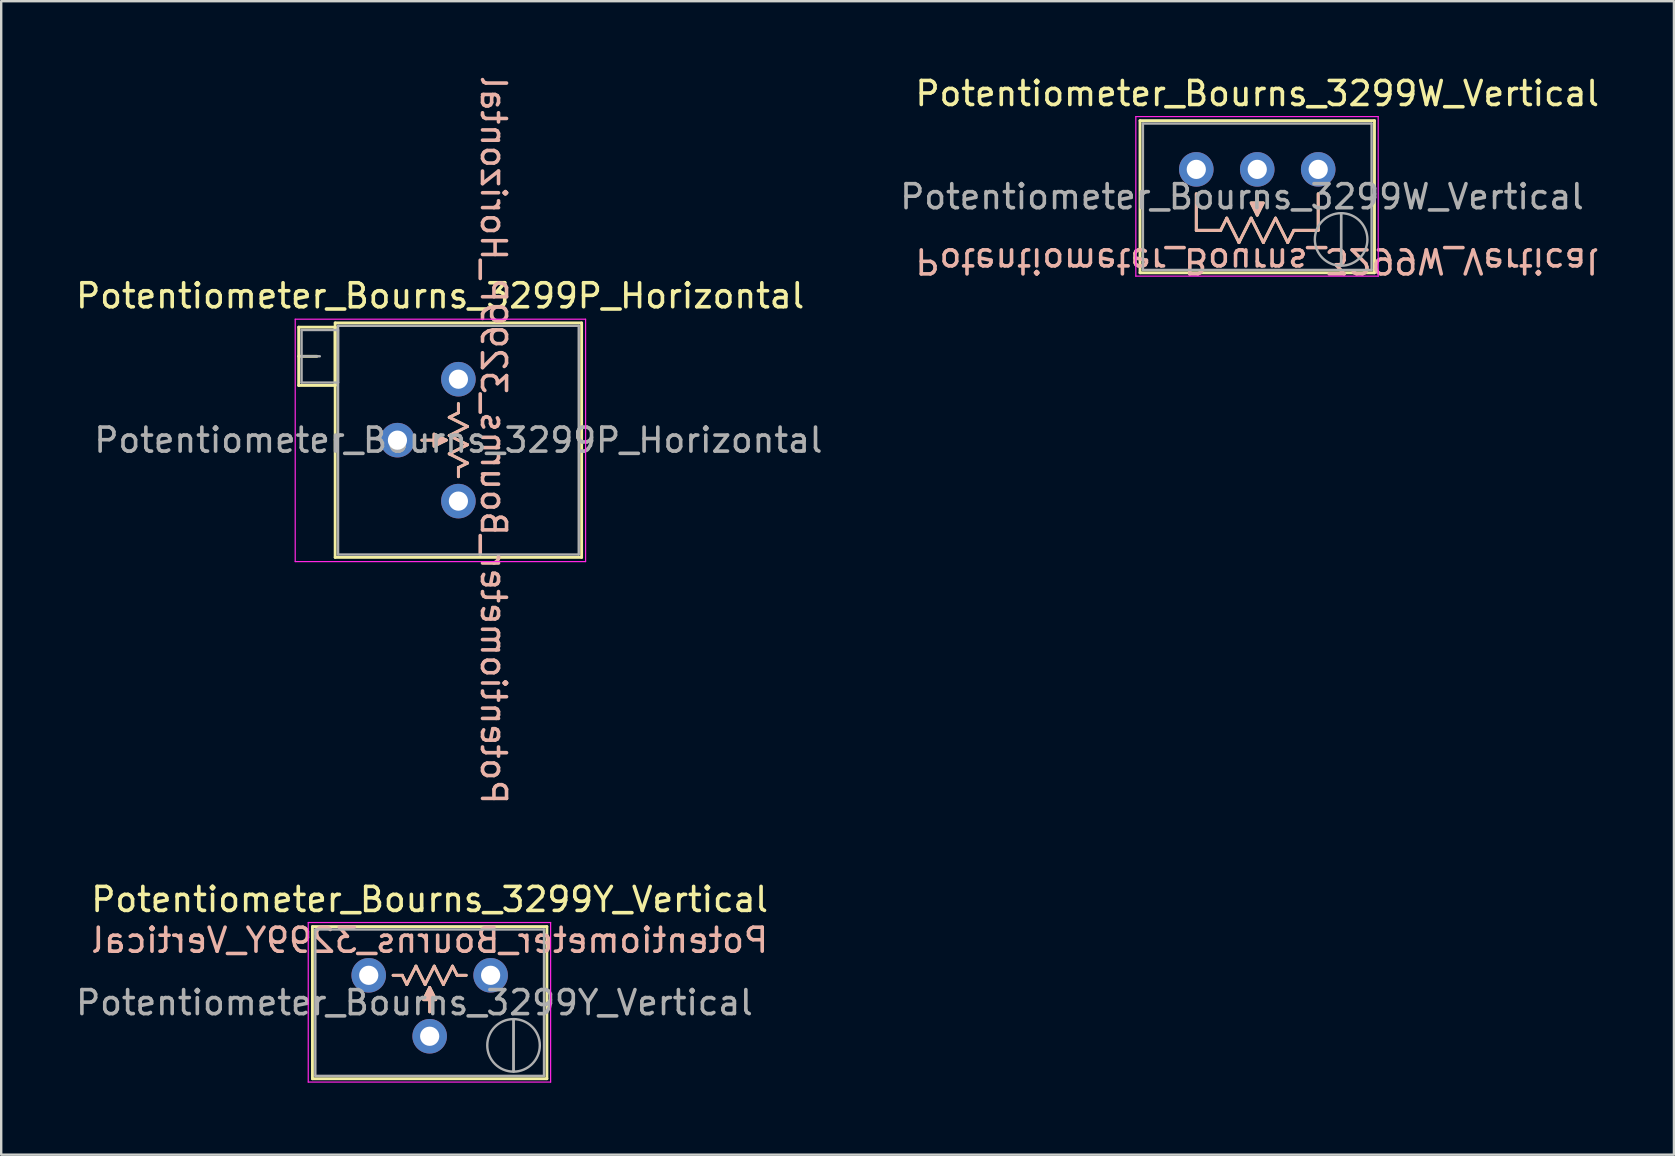
<source format=kicad_pcb>
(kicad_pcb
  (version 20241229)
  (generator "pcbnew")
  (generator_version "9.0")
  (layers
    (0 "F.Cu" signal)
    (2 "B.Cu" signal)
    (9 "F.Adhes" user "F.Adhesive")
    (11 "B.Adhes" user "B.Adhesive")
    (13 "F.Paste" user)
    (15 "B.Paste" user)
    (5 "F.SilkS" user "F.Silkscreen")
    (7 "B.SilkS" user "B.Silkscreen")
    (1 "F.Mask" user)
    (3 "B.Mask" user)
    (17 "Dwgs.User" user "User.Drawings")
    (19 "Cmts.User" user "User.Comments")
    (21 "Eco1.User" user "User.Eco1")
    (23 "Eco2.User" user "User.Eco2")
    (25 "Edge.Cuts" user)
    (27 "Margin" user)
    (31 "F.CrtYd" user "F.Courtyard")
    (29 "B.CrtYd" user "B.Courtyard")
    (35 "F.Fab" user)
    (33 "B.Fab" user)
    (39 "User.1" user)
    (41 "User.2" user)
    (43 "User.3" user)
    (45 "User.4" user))
  (footprint "Potentiometer_Bourns_3299W_Vertical"
    (layer "F.Cu")
    (at 51.881 4.008)
    (property "Reference" "Potentiometer_Bourns_3299W_Vertical" (at -2.54 -3.16 0) (layer "F.SilkS") (effects (font (size 1 1) (thickness 0.15))))
    (attr through_hole)
    (fp_line (start -7.425 -2.03) (end -7.425 4.31) (stroke (width 0.12) (type solid)) (layer "F.SilkS"))
    (fp_line (start -7.425 -2.03) (end 2.345 -2.03) (stroke (width 0.12) (type solid)) (layer "F.SilkS"))
    (fp_line (start -7.425 4.31) (end 2.345 4.31) (stroke (width 0.12) (type solid)) (layer "F.SilkS"))
    (fp_line (start -5.08 2.54) (end -5.08 1.016) (stroke (width 0.12) (type solid)) (layer "F.SilkS"))
    (fp_line (start -4.064 2.54) (end -5.08 2.54) (stroke (width 0.12) (type solid)) (layer "F.SilkS"))
    (fp_line (start -4.064 2.54) (end -3.81 2.032) (stroke (width 0.12) (type solid)) (layer "F.SilkS"))
    (fp_line (start -3.81 2.032) (end -3.302 3.048) (stroke (width 0.12) (type solid)) (layer "F.SilkS"))
    (fp_line (start -3.302 3.048) (end -2.794 2.032) (stroke (width 0.12) (type solid)) (layer "F.SilkS"))
    (fp_line (start -2.794 2.032) (end -2.286 3.048) (stroke (width 0.12) (type solid)) (layer "F.SilkS"))
    (fp_line (start -2.54 1.905) (end -2.54 1.016) (stroke (width 0.12) (type solid)) (layer "F.SilkS"))
    (fp_line (start -2.286 3.048) (end -1.778 2.032) (stroke (width 0.12) (type solid)) (layer "F.SilkS"))
    (fp_line (start -1.778 2.032) (end -1.27 3.048) (stroke (width 0.12) (type solid)) (layer "F.SilkS"))
    (fp_line (start -1.27 3.048) (end -1.016 2.54) (stroke (width 0.12) (type solid)) (layer "F.SilkS"))
    (fp_line (start -1.016 2.54) (end 0 2.54) (stroke (width 0.12) (type solid)) (layer "F.SilkS"))
    (fp_line (start 0 2.54) (end 0 1.016) (stroke (width 0.12) (type solid)) (layer "F.SilkS"))
    (fp_line (start 2.345 -2.03) (end 2.345 4.31) (stroke (width 0.12) (type solid)) (layer "F.SilkS"))
    (fp_poly (pts (xy -2.54 1.905) (xy -2.794 1.397) (xy -2.286 1.397)) (stroke (width 0.12) (type solid)) (fill yes) (layer "F.SilkS"))
    (fp_line (start -5.08 2.54) (end -5.08 1.016) (stroke (width 0.12) (type solid)) (layer "B.SilkS"))
    (fp_line (start -4.064 2.54) (end -5.08 2.54) (stroke (width 0.12) (type solid)) (layer "B.SilkS"))
    (fp_line (start -3.81 2.032) (end -4.064 2.54) (stroke (width 0.12) (type solid)) (layer "B.SilkS"))
    (fp_line (start -3.302 3.048) (end -3.81 2.032) (stroke (width 0.12) (type solid)) (layer "B.SilkS"))
    (fp_line (start -2.794 2.032) (end -3.302 3.048) (stroke (width 0.12) (type solid)) (layer "B.SilkS"))
    (fp_line (start -2.54 1.016) (end -2.54 1.905) (stroke (width 0.12) (type solid)) (layer "B.SilkS"))
    (fp_line (start -2.286 3.048) (end -2.794 2.032) (stroke (width 0.12) (type solid)) (layer "B.SilkS"))
    (fp_line (start -1.778 2.032) (end -2.286 3.048) (stroke (width 0.12) (type solid)) (layer "B.SilkS"))
    (fp_line (start -1.27 3.048) (end -1.778 2.032) (stroke (width 0.12) (type solid)) (layer "B.SilkS"))
    (fp_line (start -1.016 2.54) (end -1.27 3.048) (stroke (width 0.12) (type solid)) (layer "B.SilkS"))
    (fp_line (start 0 1.016) (end 0 2.54) (stroke (width 0.12) (type solid)) (layer "B.SilkS"))
    (fp_line (start 0 2.54) (end -1.016 2.54) (stroke (width 0.12) (type solid)) (layer "B.SilkS"))
    (fp_poly (pts (xy -2.54 1.905) (xy -2.794 1.397) (xy -2.286 1.397)) (stroke (width 0.12) (type solid)) (fill yes) (layer "B.SilkS"))
    (fp_line (start -7.6 -2.2) (end -7.6 4.45) (stroke (width 0.05) (type solid)) (layer "F.CrtYd"))
    (fp_line (start -7.6 4.45) (end 2.5 4.45) (stroke (width 0.05) (type solid)) (layer "F.CrtYd"))
    (fp_line (start 2.5 -2.2) (end -7.6 -2.2) (stroke (width 0.05) (type solid)) (layer "F.CrtYd"))
    (fp_line (start 2.5 4.45) (end 2.5 -2.2) (stroke (width 0.05) (type solid)) (layer "F.CrtYd"))
    (fp_line (start -7.305 -1.91) (end -7.305 4.19) (stroke (width 0.1) (type solid)) (layer "F.Fab"))
    (fp_line (start -7.305 4.19) (end 2.225 4.19) (stroke (width 0.1) (type solid)) (layer "F.Fab"))
    (fp_line (start 0.955 4.005) (end 0.956 1.836) (stroke (width 0.1) (type solid)) (layer "F.Fab"))
    (fp_line (start 0.955 4.005) (end 0.956 1.836) (stroke (width 0.1) (type solid)) (layer "F.Fab"))
    (fp_line (start 2.225 -1.91) (end -7.305 -1.91) (stroke (width 0.1) (type solid)) (layer "F.Fab"))
    (fp_line (start 2.225 4.19) (end 2.225 -1.91) (stroke (width 0.1) (type solid)) (layer "F.Fab"))
    (fp_circle (center 0.955 2.92) (end 2.05 2.92) (stroke (width 0.1) (type solid)) (fill no) (layer "F.Fab"))
    (fp_text user "${REFERENCE}" (at -2.54 3.81 180) (unlocked yes) (layer "B.SilkS") (effects (font (size 1 1) (thickness 0.15)) (justify mirror)))
    (fp_text user "${REFERENCE}" (at -3.175 1.14 0) (layer "F.Fab") (effects (font (size 1 1) (thickness 0.15))))
    (pad "1" thru_hole circle (at 0 0) (size 1.44 1.44) (drill 0.8) (layers "*.Cu" "*.Mask"))
    (pad "2" thru_hole circle (at -2.54 0) (size 1.44 1.44) (drill 0.8) (layers "*.Cu" "*.Mask"))
    (pad "3" thru_hole circle (at -5.08 0) (size 1.44 1.44) (drill 0.8) (layers "*.Cu" "*.Mask")))
  (footprint "Potentiometer_Bourns_3299P_Horizontal"
    (layer "F.Cu")
    (at 16.052 12.752)
    (property "Reference" "Potentiometer_Bourns_3299P_Horizontal" (at -0.76 -3.475 0) (layer "F.SilkS") (effects (font (size 1 1) (thickness 0.15))))
    (attr through_hole)
    (fp_line (start -6.655 -2.169) (end -6.655 0.26) (stroke (width 0.12) (type solid)) (layer "F.SilkS"))
    (fp_line (start -6.655 -2.169) (end -5.136 -2.169) (stroke (width 0.12) (type solid)) (layer "F.SilkS"))
    (fp_line (start -6.655 -0.955) (end -5.896 -0.955) (stroke (width 0.12) (type solid)) (layer "F.SilkS"))
    (fp_line (start -6.655 0.26) (end -5.136 0.26) (stroke (width 0.12) (type solid)) (layer "F.SilkS"))
    (fp_line (start -5.136 -2.169) (end -5.136 0.26) (stroke (width 0.12) (type solid)) (layer "F.SilkS"))
    (fp_line (start -5.135 -2.345) (end -5.135 7.425) (stroke (width 0.12) (type solid)) (layer "F.SilkS"))
    (fp_line (start -5.135 -2.345) (end 5.135 -2.345) (stroke (width 0.12) (type solid)) (layer "F.SilkS"))
    (fp_line (start -5.135 7.425) (end 5.135 7.425) (stroke (width 0.12) (type solid)) (layer "F.SilkS"))
    (fp_line (start -1.524 2.54) (end -0.508 2.54) (stroke (width 0.12) (type solid)) (layer "F.SilkS"))
    (fp_line (start -0.381 1.587) (end 0.381 1.968) (stroke (width 0.12) (type solid)) (layer "F.SilkS"))
    (fp_line (start -0.381 2.349) (end 0.381 2.731) (stroke (width 0.12) (type solid)) (layer "F.SilkS"))
    (fp_line (start -0.381 3.111) (end 0.381 3.493) (stroke (width 0.12) (type solid)) (layer "F.SilkS"))
    (fp_line (start 0 1.397) (end -0.381 1.587) (stroke (width 0.12) (type solid)) (layer "F.SilkS"))
    (fp_line (start 0 1.397) (end 0 1.016) (stroke (width 0.12) (type solid)) (layer "F.SilkS"))
    (fp_line (start 0 3.683) (end 0 4.064) (stroke (width 0.12) (type solid)) (layer "F.SilkS"))
    (fp_line (start 0.381 1.968) (end -0.381 2.349) (stroke (width 0.12) (type solid)) (layer "F.SilkS"))
    (fp_line (start 0.381 2.731) (end -0.381 3.111) (stroke (width 0.12) (type solid)) (layer "F.SilkS"))
    (fp_line (start 0.381 3.493) (end 0 3.683) (stroke (width 0.12) (type solid)) (layer "F.SilkS"))
    (fp_line (start 5.135 -2.345) (end 5.135 7.425) (stroke (width 0.12) (type solid)) (layer "F.SilkS"))
    (fp_poly (pts (xy -0.508 2.54) (xy -1.016 2.794) (xy -1.016 2.286)) (stroke (width 0.12) (type solid)) (fill yes) (layer "F.SilkS"))
    (fp_line (start -1.524 2.54) (end -0.508 2.54) (stroke (width 0.12) (type solid)) (layer "B.SilkS"))
    (fp_line (start -0.381 1.587) (end 0.381 1.968) (stroke (width 0.12) (type solid)) (layer "B.SilkS"))
    (fp_line (start -0.381 2.349) (end 0.381 2.731) (stroke (width 0.12) (type solid)) (layer "B.SilkS"))
    (fp_line (start -0.381 3.111) (end 0.381 3.493) (stroke (width 0.12) (type solid)) (layer "B.SilkS"))
    (fp_line (start 0 1.016) (end 0 1.397) (stroke (width 0.12) (type solid)) (layer "B.SilkS"))
    (fp_line (start 0 1.397) (end -0.381 1.587) (stroke (width 0.12) (type solid)) (layer "B.SilkS"))
    (fp_line (start 0 3.683) (end 0 4.064) (stroke (width 0.12) (type solid)) (layer "B.SilkS"))
    (fp_line (start 0.381 1.968) (end -0.381 2.349) (stroke (width 0.12) (type solid)) (layer "B.SilkS"))
    (fp_line (start 0.381 2.731) (end -0.381 3.111) (stroke (width 0.12) (type solid)) (layer "B.SilkS"))
    (fp_line (start 0.381 3.493) (end 0 3.683) (stroke (width 0.12) (type solid)) (layer "B.SilkS"))
    (fp_poly (pts (xy -0.508 2.54) (xy -1.016 2.794) (xy -1.016 2.286)) (stroke (width 0.12) (type solid)) (fill yes) (layer "B.SilkS"))
    (fp_line (start -6.8 -2.5) (end -6.8 7.6) (stroke (width 0.05) (type solid)) (layer "F.CrtYd"))
    (fp_line (start -6.8 7.6) (end 5.3 7.6) (stroke (width 0.05) (type solid)) (layer "F.CrtYd"))
    (fp_line (start 5.3 -2.5) (end -6.8 -2.5) (stroke (width 0.05) (type solid)) (layer "F.CrtYd"))
    (fp_line (start 5.3 7.6) (end 5.3 -2.5) (stroke (width 0.05) (type solid)) (layer "F.CrtYd"))
    (fp_line (start -6.535 -2.05) (end -6.535 0.14) (stroke (width 0.1) (type solid)) (layer "F.Fab"))
    (fp_line (start -6.535 -0.955) (end -5.775 -0.955) (stroke (width 0.1) (type solid)) (layer "F.Fab"))
    (fp_line (start -6.535 0.14) (end -5.015 0.14) (stroke (width 0.1) (type solid)) (layer "F.Fab"))
    (fp_line (start -5.015 -2.225) (end -5.015 7.305) (stroke (width 0.1) (type solid)) (layer "F.Fab"))
    (fp_line (start -5.015 -2.05) (end -6.535 -2.05) (stroke (width 0.1) (type solid)) (layer "F.Fab"))
    (fp_line (start -5.015 0.14) (end -5.015 -2.05) (stroke (width 0.1) (type solid)) (layer "F.Fab"))
    (fp_line (start -5.015 7.305) (end 5.015 7.305) (stroke (width 0.1) (type solid)) (layer "F.Fab"))
    (fp_line (start 5.015 -2.225) (end -5.015 -2.225) (stroke (width 0.1) (type solid)) (layer "F.Fab"))
    (fp_line (start 5.015 7.305) (end 5.015 -2.225) (stroke (width 0.1) (type solid)) (layer "F.Fab"))
    (fp_text user "${REFERENCE}" (at 1.46 2.54 270) (unlocked yes) (layer "B.SilkS") (effects (font (size 1 1) (thickness 0.15)) (justify mirror)))
    (fp_text user "${REFERENCE}" (at 0 2.54 0) (layer "F.Fab") (effects (font (size 1 1) (thickness 0.15))))
    (pad "1" thru_hole circle (at 0 0) (size 1.44 1.44) (drill 0.8) (layers "*.Cu" "*.Mask"))
    (pad "2" thru_hole circle (at -2.54 2.54) (size 1.44 1.44) (drill 0.8) (layers "*.Cu" "*.Mask"))
    (pad "3" thru_hole circle (at 0 5.08) (size 1.44 1.44) (drill 0.8) (layers "*.Cu" "*.Mask")))
  (footprint "Potentiometer_Bourns_3299Y_Vertical"
    (layer "F.Cu")
    (at 17.395 37.592)
    (property "Reference" "Potentiometer_Bourns_3299Y_Vertical" (at -2.54 -3.16 0) (layer "F.SilkS") (effects (font (size 1 1) (thickness 0.15))))
    (attr through_hole)
    (fp_line (start -7.425 -2.03) (end -7.425 4.31) (stroke (width 0.12) (type solid)) (layer "F.SilkS"))
    (fp_line (start -7.425 -2.03) (end 2.345 -2.03) (stroke (width 0.12) (type solid)) (layer "F.SilkS"))
    (fp_line (start -7.425 4.31) (end 2.345 4.31) (stroke (width 0.12) (type solid)) (layer "F.SilkS"))
    (fp_line (start -3.683 0) (end -4.064 0) (stroke (width 0.12) (type solid)) (layer "F.SilkS"))
    (fp_line (start -3.683 0) (end -3.493 0.381) (stroke (width 0.12) (type solid)) (layer "F.SilkS"))
    (fp_line (start -3.493 0.381) (end -3.111 -0.381) (stroke (width 0.12) (type solid)) (layer "F.SilkS"))
    (fp_line (start -3.111 -0.381) (end -2.731 0.381) (stroke (width 0.12) (type solid)) (layer "F.SilkS"))
    (fp_line (start -2.731 0.381) (end -2.349 -0.381) (stroke (width 0.12) (type solid)) (layer "F.SilkS"))
    (fp_line (start -2.54 1.524) (end -2.54 0.508) (stroke (width 0.12) (type solid)) (layer "F.SilkS"))
    (fp_line (start -2.349 -0.381) (end -1.968 0.381) (stroke (width 0.12) (type solid)) (layer "F.SilkS"))
    (fp_line (start -1.968 0.381) (end -1.587 -0.381) (stroke (width 0.12) (type solid)) (layer "F.SilkS"))
    (fp_line (start -1.587 -0.381) (end -1.397 0) (stroke (width 0.12) (type solid)) (layer "F.SilkS"))
    (fp_line (start -1.397 0) (end -1.016 0) (stroke (width 0.12) (type solid)) (layer "F.SilkS"))
    (fp_line (start 2.345 -2.03) (end 2.345 4.31) (stroke (width 0.12) (type solid)) (layer "F.SilkS"))
    (fp_poly (pts (xy -2.54 0.508) (xy -2.286 1.016) (xy -2.794 1.016)) (stroke (width 0.12) (type solid)) (fill yes) (layer "F.SilkS"))
    (fp_line (start -4.064 0) (end -3.683 0) (stroke (width 0.12) (type solid)) (layer "B.SilkS"))
    (fp_line (start -3.683 0) (end -3.493 0.381) (stroke (width 0.12) (type solid)) (layer "B.SilkS"))
    (fp_line (start -3.493 0.381) (end -3.111 -0.381) (stroke (width 0.12) (type solid)) (layer "B.SilkS"))
    (fp_line (start -3.111 -0.381) (end -2.731 0.381) (stroke (width 0.12) (type solid)) (layer "B.SilkS"))
    (fp_line (start -2.731 0.381) (end -2.349 -0.381) (stroke (width 0.12) (type solid)) (layer "B.SilkS"))
    (fp_line (start -2.54 1.524) (end -2.54 0.508) (stroke (width 0.12) (type solid)) (layer "B.SilkS"))
    (fp_line (start -2.349 -0.381) (end -1.968 0.381) (stroke (width 0.12) (type solid)) (layer "B.SilkS"))
    (fp_line (start -1.968 0.381) (end -1.587 -0.381) (stroke (width 0.12) (type solid)) (layer "B.SilkS"))
    (fp_line (start -1.587 -0.381) (end -1.397 0) (stroke (width 0.12) (type solid)) (layer "B.SilkS"))
    (fp_line (start -1.397 0) (end -1.016 0) (stroke (width 0.12) (type solid)) (layer "B.SilkS"))
    (fp_poly (pts (xy -2.54 0.508) (xy -2.286 1.016) (xy -2.794 1.016)) (stroke (width 0.12) (type solid)) (fill yes) (layer "B.SilkS"))
    (fp_line (start -7.6 -2.2) (end -7.6 4.45) (stroke (width 0.05) (type solid)) (layer "F.CrtYd"))
    (fp_line (start -7.6 4.45) (end 2.5 4.45) (stroke (width 0.05) (type solid)) (layer "F.CrtYd"))
    (fp_line (start 2.5 -2.2) (end -7.6 -2.2) (stroke (width 0.05) (type solid)) (layer "F.CrtYd"))
    (fp_line (start 2.5 4.45) (end 2.5 -2.2) (stroke (width 0.05) (type solid)) (layer "F.CrtYd"))
    (fp_line (start -7.305 -1.91) (end -7.305 4.19) (stroke (width 0.1) (type solid)) (layer "F.Fab"))
    (fp_line (start -7.305 4.19) (end 2.225 4.19) (stroke (width 0.1) (type solid)) (layer "F.Fab"))
    (fp_line (start 0.955 4.005) (end 0.956 1.836) (stroke (width 0.1) (type solid)) (layer "F.Fab"))
    (fp_line (start 0.955 4.005) (end 0.956 1.836) (stroke (width 0.1) (type solid)) (layer "F.Fab"))
    (fp_line (start 2.225 -1.91) (end -7.305 -1.91) (stroke (width 0.1) (type solid)) (layer "F.Fab"))
    (fp_line (start 2.225 4.19) (end 2.225 -1.91) (stroke (width 0.1) (type solid)) (layer "F.Fab"))
    (fp_circle (center 0.955 2.92) (end 2.05 2.92) (stroke (width 0.1) (type solid)) (fill no) (layer "F.Fab"))
    (fp_text user "${REFERENCE}" (at -2.54 -1.46 0) (unlocked yes) (layer "B.SilkS") (effects (font (size 1 1) (thickness 0.15)) (justify mirror)))
    (fp_text user "${REFERENCE}" (at -3.175 1.14 0) (layer "F.Fab") (effects (font (size 1 1) (thickness 0.15))))
    (pad "1" thru_hole circle (at 0 0) (size 1.44 1.44) (drill 0.8) (layers "*.Cu" "*.Mask"))
    (pad "2" thru_hole circle (at -2.54 2.54) (size 1.44 1.44) (drill 0.8) (layers "*.Cu" "*.Mask"))
    (pad "3" thru_hole circle (at -5.08 0) (size 1.44 1.44) (drill 0.8) (layers "*.Cu" "*.Mask")))
  (gr_rect
    (start -3 -3)
    (end 66.705 45.067)
    (stroke (width 0.1) (type default))
    (fill no)
    (layer "Edge.Cuts")))
</source>
